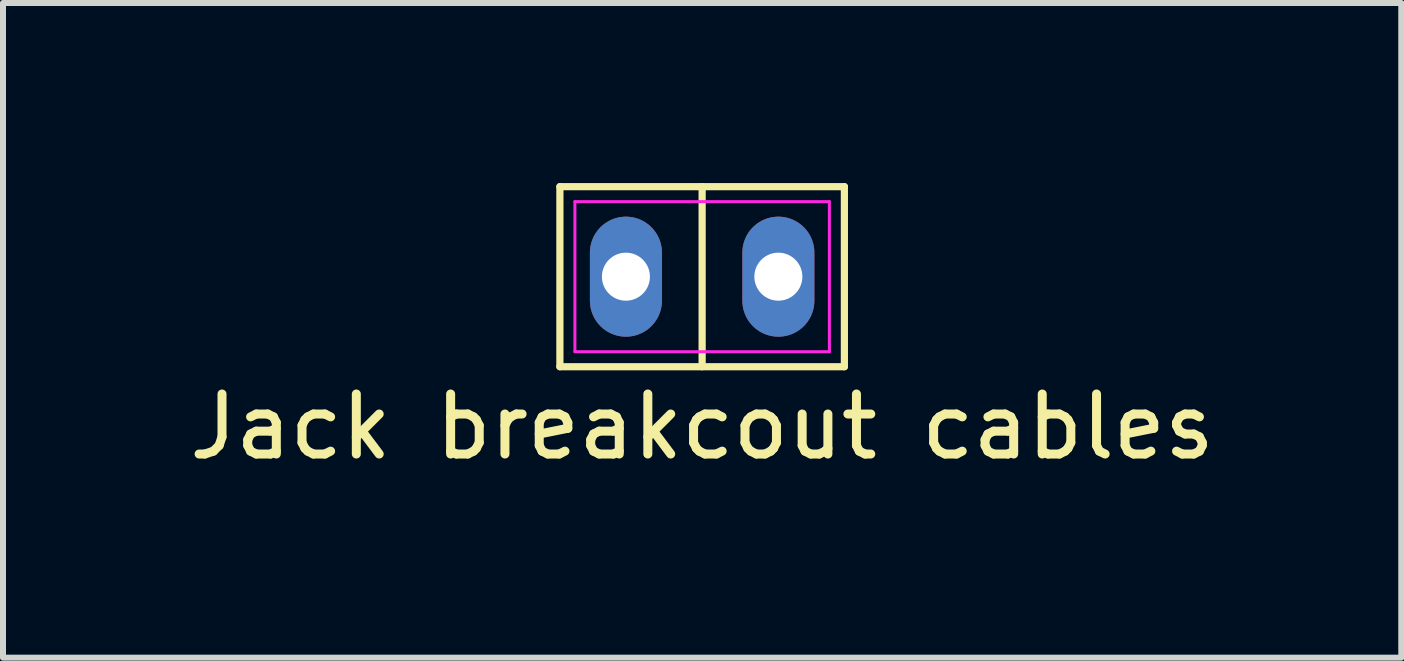
<source format=kicad_pcb>
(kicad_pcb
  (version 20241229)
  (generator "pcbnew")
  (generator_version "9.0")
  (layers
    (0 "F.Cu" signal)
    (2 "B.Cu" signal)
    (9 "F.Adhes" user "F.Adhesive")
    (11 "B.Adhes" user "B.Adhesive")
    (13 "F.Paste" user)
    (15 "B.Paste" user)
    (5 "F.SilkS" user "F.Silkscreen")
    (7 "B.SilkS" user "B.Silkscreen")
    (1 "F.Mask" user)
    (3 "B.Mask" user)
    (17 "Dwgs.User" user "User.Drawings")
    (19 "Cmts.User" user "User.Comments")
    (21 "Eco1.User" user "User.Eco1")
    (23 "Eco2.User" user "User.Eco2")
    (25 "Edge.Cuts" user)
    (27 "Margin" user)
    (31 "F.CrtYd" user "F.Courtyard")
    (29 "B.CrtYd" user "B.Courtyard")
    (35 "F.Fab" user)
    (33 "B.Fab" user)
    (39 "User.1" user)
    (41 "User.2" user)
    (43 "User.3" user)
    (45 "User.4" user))
  (footprint "Jack breakcout cables"
    (layer "F.Cu")
    (at 8.649 1.56)
    (property "Reference" "Jack breakcout cables" (at 0 2.5 0) (layer "F.SilkS") (effects (font (size 1 1) (thickness 0.15))))
    (fp_line (start -2.37 -1.5) (end 2.37 -1.5) (stroke (width 0.12) (type solid)) (layer "F.SilkS"))
    (fp_line (start -2.37 1.5) (end -2.37 -1.5) (stroke (width 0.12) (type solid)) (layer "F.SilkS"))
    (fp_line (start 0 -1.5) (end 0 1.5) (stroke (width 0.12) (type solid)) (layer "F.SilkS"))
    (fp_line (start 2.37 -1.5) (end 2.37 1.5) (stroke (width 0.12) (type solid)) (layer "F.SilkS"))
    (fp_line (start 2.37 1.5) (end -2.37 1.5) (stroke (width 0.12) (type solid)) (layer "F.SilkS"))
    (fp_line (start -2.12 -1.25) (end 2.12 -1.25) (stroke (width 0.05) (type solid)) (layer "F.CrtYd"))
    (fp_line (start -2.12 1.25) (end -2.12 -1.25) (stroke (width 0.05) (type solid)) (layer "F.CrtYd"))
    (fp_line (start 2.12 -1.25) (end 2.12 1.25) (stroke (width 0.05) (type solid)) (layer "F.CrtYd"))
    (fp_line (start 2.12 1.25) (end -2.12 1.25) (stroke (width 0.05) (type solid)) (layer "F.CrtYd"))
    (pad "S" thru_hole oval (at 1.27 0) (size 1.2 2) (drill 0.8) (layers "*.Cu" "*.Mask"))
    (pad "T" thru_hole oval (at -1.27 0) (size 1.2 2) (drill 0.8) (layers "*.Cu" "*.Mask")))
  (gr_rect
    (start -3 -3)
    (end 20.298 7.908)
    (stroke (width 0.1) (type default))
    (fill no)
    (layer "Edge.Cuts")))
</source>
